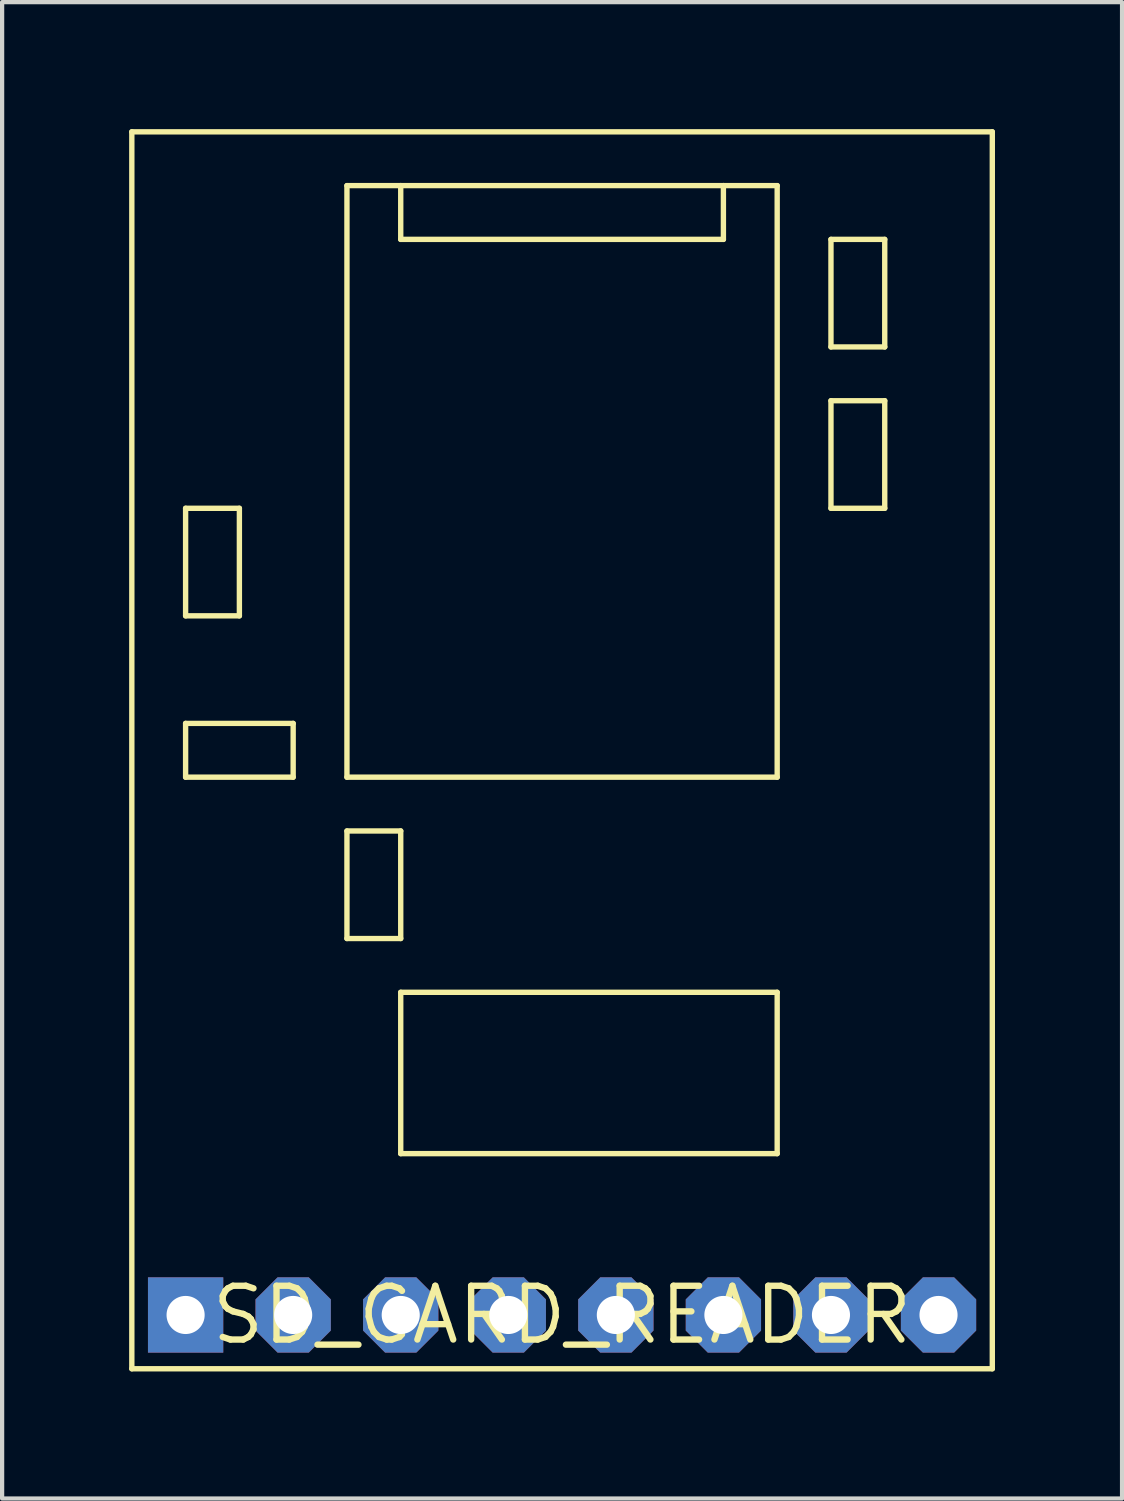
<source format=kicad_pcb>
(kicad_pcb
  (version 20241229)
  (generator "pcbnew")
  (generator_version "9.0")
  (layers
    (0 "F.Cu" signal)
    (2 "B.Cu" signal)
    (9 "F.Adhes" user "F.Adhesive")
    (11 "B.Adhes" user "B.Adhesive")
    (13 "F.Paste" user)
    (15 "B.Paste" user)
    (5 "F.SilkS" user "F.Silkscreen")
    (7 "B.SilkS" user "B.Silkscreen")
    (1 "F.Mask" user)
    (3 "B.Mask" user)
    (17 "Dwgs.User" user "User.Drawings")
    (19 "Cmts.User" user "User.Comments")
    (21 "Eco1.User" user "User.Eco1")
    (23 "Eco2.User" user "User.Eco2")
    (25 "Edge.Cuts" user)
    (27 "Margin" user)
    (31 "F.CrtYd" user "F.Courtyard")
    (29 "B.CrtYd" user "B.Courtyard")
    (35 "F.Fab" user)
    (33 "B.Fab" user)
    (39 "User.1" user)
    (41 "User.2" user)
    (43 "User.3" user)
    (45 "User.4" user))
  (footprint "SD_CARD_READER"
    (layer "F.Cu")
    (at 10.223 28.003)
    (property "Reference" "SD_CARD_READER" (at 0 0 0) (layer "F.SilkS") (effects (font (size 1.27 1.27) (thickness 0.15))))
    (fp_line (start -10.16 -27.94) (end -10.16 1.27) (stroke (width 0.127) (type solid)) (layer "F.SilkS"))
    (fp_line (start -10.16 1.27) (end 10.16 1.27) (stroke (width 0.127) (type solid)) (layer "F.SilkS"))
    (fp_line (start -8.89 -19.05) (end -7.62 -19.05) (stroke (width 0.127) (type solid)) (layer "F.SilkS"))
    (fp_line (start -8.89 -16.51) (end -8.89 -19.05) (stroke (width 0.127) (type solid)) (layer "F.SilkS"))
    (fp_line (start -8.89 -13.97) (end -8.89 -12.7) (stroke (width 0.127) (type solid)) (layer "F.SilkS"))
    (fp_line (start -8.89 -12.7) (end -6.35 -12.7) (stroke (width 0.127) (type solid)) (layer "F.SilkS"))
    (fp_line (start -7.62 -19.05) (end -7.62 -16.51) (stroke (width 0.127) (type solid)) (layer "F.SilkS"))
    (fp_line (start -7.62 -16.51) (end -8.89 -16.51) (stroke (width 0.127) (type solid)) (layer "F.SilkS"))
    (fp_line (start -6.35 -13.97) (end -8.89 -13.97) (stroke (width 0.127) (type solid)) (layer "F.SilkS"))
    (fp_line (start -6.35 -12.7) (end -6.35 -13.97) (stroke (width 0.127) (type solid)) (layer "F.SilkS"))
    (fp_line (start -5.08 -26.67) (end -5.08 -12.7) (stroke (width 0.127) (type solid)) (layer "F.SilkS"))
    (fp_line (start -5.08 -12.7) (end 5.08 -12.7) (stroke (width 0.127) (type solid)) (layer "F.SilkS"))
    (fp_line (start -5.08 -11.43) (end -5.08 -8.89) (stroke (width 0.127) (type solid)) (layer "F.SilkS"))
    (fp_line (start -5.08 -8.89) (end -3.81 -8.89) (stroke (width 0.127) (type solid)) (layer "F.SilkS"))
    (fp_line (start -3.81 -26.67) (end -5.08 -26.67) (stroke (width 0.127) (type solid)) (layer "F.SilkS"))
    (fp_line (start -3.81 -26.67) (end -3.81 -25.4) (stroke (width 0.127) (type solid)) (layer "F.SilkS"))
    (fp_line (start -3.81 -25.4) (end 3.81 -25.4) (stroke (width 0.127) (type solid)) (layer "F.SilkS"))
    (fp_line (start -3.81 -11.43) (end -5.08 -11.43) (stroke (width 0.127) (type solid)) (layer "F.SilkS"))
    (fp_line (start -3.81 -8.89) (end -3.81 -11.43) (stroke (width 0.127) (type solid)) (layer "F.SilkS"))
    (fp_line (start -3.81 -7.62) (end -3.81 -3.81) (stroke (width 0.127) (type solid)) (layer "F.SilkS"))
    (fp_line (start -3.81 -3.81) (end 5.08 -3.81) (stroke (width 0.127) (type solid)) (layer "F.SilkS"))
    (fp_line (start 3.81 -26.67) (end -3.81 -26.67) (stroke (width 0.127) (type solid)) (layer "F.SilkS"))
    (fp_line (start 3.81 -25.4) (end 3.81 -26.67) (stroke (width 0.127) (type solid)) (layer "F.SilkS"))
    (fp_line (start 5.08 -26.67) (end 3.81 -26.67) (stroke (width 0.127) (type solid)) (layer "F.SilkS"))
    (fp_line (start 5.08 -12.7) (end 5.08 -26.67) (stroke (width 0.127) (type solid)) (layer "F.SilkS"))
    (fp_line (start 5.08 -7.62) (end -3.81 -7.62) (stroke (width 0.127) (type solid)) (layer "F.SilkS"))
    (fp_line (start 5.08 -3.81) (end 5.08 -7.62) (stroke (width 0.127) (type solid)) (layer "F.SilkS"))
    (fp_line (start 6.35 -25.4) (end 7.62 -25.4) (stroke (width 0.127) (type solid)) (layer "F.SilkS"))
    (fp_line (start 6.35 -22.86) (end 6.35 -25.4) (stroke (width 0.127) (type solid)) (layer "F.SilkS"))
    (fp_line (start 6.35 -21.59) (end 6.35 -19.05) (stroke (width 0.127) (type solid)) (layer "F.SilkS"))
    (fp_line (start 6.35 -19.05) (end 7.62 -19.05) (stroke (width 0.127) (type solid)) (layer "F.SilkS"))
    (fp_line (start 7.62 -25.4) (end 7.62 -22.86) (stroke (width 0.127) (type solid)) (layer "F.SilkS"))
    (fp_line (start 7.62 -22.86) (end 6.35 -22.86) (stroke (width 0.127) (type solid)) (layer "F.SilkS"))
    (fp_line (start 7.62 -21.59) (end 6.35 -21.59) (stroke (width 0.127) (type solid)) (layer "F.SilkS"))
    (fp_line (start 7.62 -19.05) (end 7.62 -21.59) (stroke (width 0.127) (type solid)) (layer "F.SilkS"))
    (fp_line (start 10.16 -27.94) (end -10.16 -27.94) (stroke (width 0.127) (type solid)) (layer "F.SilkS"))
    (fp_line (start 10.16 1.27) (end 10.16 -27.94) (stroke (width 0.127) (type solid)) (layer "F.SilkS"))
    (pad "3V" thru_hole roundrect (at -6.35 0) (size 1.778 1.778) (drill 0.9) (layers "*.Cu" "*.Mask") (roundrect_rratio 0.25) (chamfer_ratio 0.293) (chamfer top_left top_right bottom_left bottom_right))
    (pad "5V" thru_hole rect (at -8.89 0) (size 1.778 1.778) (drill 0.9) (layers "*.Cu" "*.Mask"))
    (pad "CD" thru_hole roundrect (at 8.89 0) (size 1.778 1.778) (drill 0.9) (layers "*.Cu" "*.Mask") (roundrect_rratio 0.25) (chamfer_ratio 0.293) (chamfer top_left top_right bottom_left bottom_right))
    (pad "CLK" thru_hole roundrect (at -1.27 0) (size 1.778 1.778) (drill 0.9) (layers "*.Cu" "*.Mask") (roundrect_rratio 0.25) (chamfer_ratio 0.293) (chamfer top_left top_right bottom_left bottom_right))
    (pad "CS" thru_hole roundrect (at 6.35 0) (size 1.778 1.778) (drill 0.9) (layers "*.Cu" "*.Mask") (roundrect_rratio 0.25) (chamfer_ratio 0.293) (chamfer top_left top_right bottom_left bottom_right))
    (pad "DI" thru_hole roundrect (at 3.81 0) (size 1.778 1.778) (drill 0.9) (layers "*.Cu" "*.Mask") (roundrect_rratio 0.25) (chamfer_ratio 0.293) (chamfer top_left top_right bottom_left bottom_right))
    (pad "DO" thru_hole roundrect (at 1.27 0) (size 1.778 1.778) (drill 0.9) (layers "*.Cu" "*.Mask") (roundrect_rratio 0.25) (chamfer_ratio 0.293) (chamfer top_left top_right bottom_left bottom_right))
    (pad "GND" thru_hole roundrect (at -3.81 0) (size 1.778 1.778) (drill 0.9) (layers "*.Cu" "*.Mask") (roundrect_rratio 0.25) (chamfer_ratio 0.293) (chamfer top_left top_right bottom_left bottom_right)))
  (gr_rect
    (start -3 -3)
    (end 23.447 32.337)
    (stroke (width 0.1) (type default))
    (fill no)
    (layer "Edge.Cuts")))
</source>
